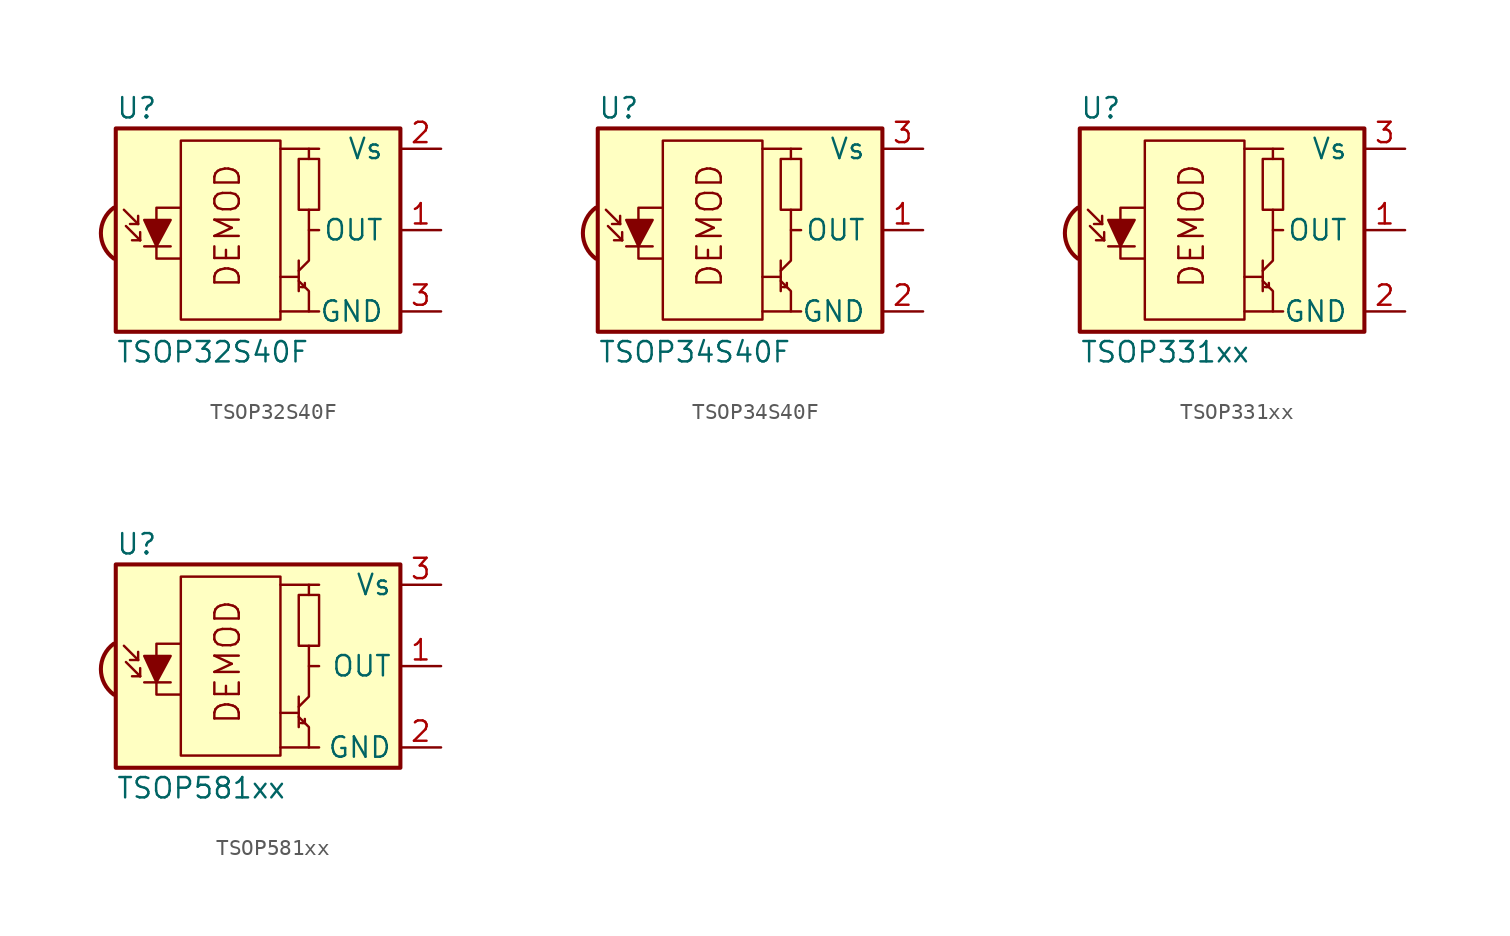
<source format=kicad_sym>
(kicad_symbol_lib
  (version 20211014)
  (generator kicad_symbol_editor)
  (symbol "TSOP32S40F"
    (pin_names
      (offset 1.016))
    (property "Reference" "U"
      (at -10.16 7.62 0)
      (effects (font (size 1.27 1.27)) (justify left)))
    (property "Value" "TSOP32S40F"
      (at -10.16 -7.62 0)
      (effects (font (size 1.27 1.27)) (justify left)))
    (symbol "TSOP32S40F_0_0"
      (arc (start -10.287 1.397) (mid -11.0899 -0.1905) (end -10.287 -1.778) (stroke (width 0.254) (type default) (color 0 0 0 0)) (fill (type background)))
      (polyline (pts (xy 1.905 -5.08) (xy 0.127 -5.08)) (stroke (width 0) (type default) (color 0 0 0 0)) (fill (type none)))
      (polyline (pts (xy 1.905 5.08) (xy 0.127 5.08)) (stroke (width 0) (type default) (color 0 0 0 0)) (fill (type none)))
      (text "DEMOD" (at -3.175 0.254 900) (effects (font (size 1.524 1.524)))))
    (symbol "TSOP32S40F_0_1"
      (rectangle (start -6.096 5.588) (end 0.127 -5.588) (stroke (width 0) (type default) (color 0 0 0 0)) (fill (type none)))
      (polyline (pts (xy -8.763 0.381) (xy -9.652 1.27)) (stroke (width 0) (type default) (color 0 0 0 0)) (fill (type none)))
      (polyline (pts (xy -8.763 0.381) (xy -9.271 0.381)) (stroke (width 0) (type default) (color 0 0 0 0)) (fill (type none)))
      (polyline (pts (xy -8.763 0.381) (xy -8.763 0.889)) (stroke (width 0) (type default) (color 0 0 0 0)) (fill (type none)))
      (polyline (pts (xy -8.636 -0.635) (xy -9.525 0.254)) (stroke (width 0) (type default) (color 0 0 0 0)) (fill (type none)))
      (polyline (pts (xy -8.636 -0.635) (xy -9.144 -0.635)) (stroke (width 0) (type default) (color 0 0 0 0)) (fill (type none)))
      (polyline (pts (xy -8.636 -0.635) (xy -8.636 -0.127)) (stroke (width 0) (type default) (color 0 0 0 0)) (fill (type none)))
      (polyline (pts (xy -8.382 -1.016) (xy -6.731 -1.016)) (stroke (width 0) (type default) (color 0 0 0 0)) (fill (type none)))
      (polyline (pts (xy 1.27 -2.921) (xy 0.127 -2.921)) (stroke (width 0) (type default) (color 0 0 0 0)) (fill (type none)))
      (polyline (pts (xy 1.27 -1.905) (xy 1.27 -3.81)) (stroke (width 0) (type default) (color 0 0 0 0)) (fill (type none)))
      (polyline (pts (xy 1.397 -3.556) (xy 1.524 -3.556)) (stroke (width 0) (type default) (color 0 0 0 0)) (fill (type none)))
      (polyline (pts (xy 1.651 -3.556) (xy 1.524 -3.556)) (stroke (width 0) (type default) (color 0 0 0 0)) (fill (type none)))
      (polyline (pts (xy 1.651 -3.556) (xy 1.651 -3.302)) (stroke (width 0) (type default) (color 0 0 0 0)) (fill (type none)))
      (polyline (pts (xy 1.905 0) (xy 1.905 1.27)) (stroke (width 0) (type default) (color 0 0 0 0)) (fill (type none)))
      (polyline (pts (xy 1.905 4.445) (xy 1.905 5.08) (xy 2.54 5.08)) (stroke (width 0) (type default) (color 0 0 0 0)) (fill (type none)))
      (polyline (pts (xy -8.382 0.635) (xy -6.731 0.635) (xy -7.62 -1.016) (xy -8.382 0.635)) (stroke (width 0) (type default) (color 0 0 0 0)) (fill (type outline)))
      (polyline (pts (xy -6.096 1.397) (xy -7.62 1.397) (xy -7.62 -1.778) (xy -6.096 -1.778)) (stroke (width 0) (type default) (color 0 0 0 0)) (fill (type none)))
      (polyline (pts (xy 1.27 -3.175) (xy 1.905 -3.81) (xy 1.905 -5.08) (xy 2.54 -5.08)) (stroke (width 0) (type default) (color 0 0 0 0)) (fill (type none)))
      (polyline (pts (xy 1.27 -2.54) (xy 1.905 -1.905) (xy 1.905 0) (xy 2.54 0)) (stroke (width 0) (type default) (color 0 0 0 0)) (fill (type none)))
      (rectangle (start 2.54 1.27) (end 1.27 4.445) (stroke (width 0) (type default) (color 0 0 0 0)) (fill (type none)))
      (rectangle (start 7.62 6.35) (end -10.16 -6.35) (stroke (width 0.254) (type default) (color 0 0 0 0)) (fill (type background))))
    (symbol "TSOP32S40F_1_1"
      (pin output line (at 10.16 0 180) (length 2.54) (name "OUT" (effects (font (size 1.27 1.27)))) (number "1" (effects (font (size 1.27 1.27)))))
      (pin power_in line (at 10.16 5.08 180) (length 2.54) (name "Vs" (effects (font (size 1.27 1.27)))) (number "2" (effects (font (size 1.27 1.27)))))
      (pin power_in line (at 10.16 -5.08 180) (length 2.54) (name "GND" (effects (font (size 1.27 1.27)))) (number "3" (effects (font (size 1.27 1.27)))))))
  (symbol "TSOP34S40F"
    (pin_names
      (offset 1.016))
    (property "Reference" "U"
      (at -10.16 7.62 0)
      (effects (font (size 1.27 1.27)) (justify left)))
    (property "Value" "TSOP34S40F"
      (at -10.16 -7.62 0)
      (effects (font (size 1.27 1.27)) (justify left)))
    (symbol "TSOP34S40F_0_0"
      (arc (start -10.287 1.397) (mid -11.0899 -0.1905) (end -10.287 -1.778) (stroke (width 0.254) (type default) (color 0 0 0 0)) (fill (type background)))
      (polyline (pts (xy 1.905 -5.08) (xy 0.127 -5.08)) (stroke (width 0) (type default) (color 0 0 0 0)) (fill (type none)))
      (polyline (pts (xy 1.905 5.08) (xy 0.127 5.08)) (stroke (width 0) (type default) (color 0 0 0 0)) (fill (type none)))
      (text "DEMOD" (at -3.175 0.254 900) (effects (font (size 1.524 1.524)))))
    (symbol "TSOP34S40F_0_1"
      (rectangle (start -6.096 5.588) (end 0.127 -5.588) (stroke (width 0) (type default) (color 0 0 0 0)) (fill (type none)))
      (polyline (pts (xy -8.763 0.381) (xy -9.652 1.27)) (stroke (width 0) (type default) (color 0 0 0 0)) (fill (type none)))
      (polyline (pts (xy -8.763 0.381) (xy -9.271 0.381)) (stroke (width 0) (type default) (color 0 0 0 0)) (fill (type none)))
      (polyline (pts (xy -8.763 0.381) (xy -8.763 0.889)) (stroke (width 0) (type default) (color 0 0 0 0)) (fill (type none)))
      (polyline (pts (xy -8.636 -0.635) (xy -9.525 0.254)) (stroke (width 0) (type default) (color 0 0 0 0)) (fill (type none)))
      (polyline (pts (xy -8.636 -0.635) (xy -9.144 -0.635)) (stroke (width 0) (type default) (color 0 0 0 0)) (fill (type none)))
      (polyline (pts (xy -8.636 -0.635) (xy -8.636 -0.127)) (stroke (width 0) (type default) (color 0 0 0 0)) (fill (type none)))
      (polyline (pts (xy -8.382 -1.016) (xy -6.731 -1.016)) (stroke (width 0) (type default) (color 0 0 0 0)) (fill (type none)))
      (polyline (pts (xy 1.27 -2.921) (xy 0.127 -2.921)) (stroke (width 0) (type default) (color 0 0 0 0)) (fill (type none)))
      (polyline (pts (xy 1.27 -1.905) (xy 1.27 -3.81)) (stroke (width 0) (type default) (color 0 0 0 0)) (fill (type none)))
      (polyline (pts (xy 1.397 -3.556) (xy 1.524 -3.556)) (stroke (width 0) (type default) (color 0 0 0 0)) (fill (type none)))
      (polyline (pts (xy 1.651 -3.556) (xy 1.524 -3.556)) (stroke (width 0) (type default) (color 0 0 0 0)) (fill (type none)))
      (polyline (pts (xy 1.651 -3.556) (xy 1.651 -3.302)) (stroke (width 0) (type default) (color 0 0 0 0)) (fill (type none)))
      (polyline (pts (xy 1.905 0) (xy 1.905 1.27)) (stroke (width 0) (type default) (color 0 0 0 0)) (fill (type none)))
      (polyline (pts (xy 1.905 4.445) (xy 1.905 5.08) (xy 2.54 5.08)) (stroke (width 0) (type default) (color 0 0 0 0)) (fill (type none)))
      (polyline (pts (xy -8.382 0.635) (xy -6.731 0.635) (xy -7.62 -1.016) (xy -8.382 0.635)) (stroke (width 0) (type default) (color 0 0 0 0)) (fill (type outline)))
      (polyline (pts (xy -6.096 1.397) (xy -7.62 1.397) (xy -7.62 -1.778) (xy -6.096 -1.778)) (stroke (width 0) (type default) (color 0 0 0 0)) (fill (type none)))
      (polyline (pts (xy 1.27 -3.175) (xy 1.905 -3.81) (xy 1.905 -5.08) (xy 2.54 -5.08)) (stroke (width 0) (type default) (color 0 0 0 0)) (fill (type none)))
      (polyline (pts (xy 1.27 -2.54) (xy 1.905 -1.905) (xy 1.905 0) (xy 2.54 0)) (stroke (width 0) (type default) (color 0 0 0 0)) (fill (type none)))
      (rectangle (start 2.54 1.27) (end 1.27 4.445) (stroke (width 0) (type default) (color 0 0 0 0)) (fill (type none)))
      (rectangle (start 7.62 6.35) (end -10.16 -6.35) (stroke (width 0.254) (type default) (color 0 0 0 0)) (fill (type background))))
    (symbol "TSOP34S40F_1_1"
      (pin output line (at 10.16 0 180) (length 2.54) (name "OUT" (effects (font (size 1.27 1.27)))) (number "1" (effects (font (size 1.27 1.27)))))
      (pin power_in line (at 10.16 -5.08 180) (length 2.54) (name "GND" (effects (font (size 1.27 1.27)))) (number "2" (effects (font (size 1.27 1.27)))))
      (pin power_in line (at 10.16 5.08 180) (length 2.54) (name "Vs" (effects (font (size 1.27 1.27)))) (number "3" (effects (font (size 1.27 1.27)))))))
  (symbol "TSOP331xx"
    (pin_names
      (offset 1.016))
    (property "Reference" "U"
      (at -10.16 7.62 0)
      (effects (font (size 1.27 1.27)) (justify left)))
    (property "Value" "TSOP331xx"
      (at -10.16 -7.62 0)
      (effects (font (size 1.27 1.27)) (justify left)))
    (symbol "TSOP331xx_0_0"
      (arc (start -10.287 1.397) (mid -11.0899 -0.1905) (end -10.287 -1.778) (stroke (width 0.254) (type default) (color 0 0 0 0)) (fill (type background)))
      (polyline (pts (xy 1.905 -5.08) (xy 0.127 -5.08)) (stroke (width 0) (type default) (color 0 0 0 0)) (fill (type none)))
      (polyline (pts (xy 1.905 5.08) (xy 0.127 5.08)) (stroke (width 0) (type default) (color 0 0 0 0)) (fill (type none)))
      (text "DEMOD" (at -3.175 0.254 900) (effects (font (size 1.524 1.524)))))
    (symbol "TSOP331xx_0_1"
      (rectangle (start -6.096 5.588) (end 0.127 -5.588) (stroke (width 0) (type default) (color 0 0 0 0)) (fill (type none)))
      (polyline (pts (xy -8.763 0.381) (xy -9.652 1.27)) (stroke (width 0) (type default) (color 0 0 0 0)) (fill (type none)))
      (polyline (pts (xy -8.763 0.381) (xy -9.271 0.381)) (stroke (width 0) (type default) (color 0 0 0 0)) (fill (type none)))
      (polyline (pts (xy -8.763 0.381) (xy -8.763 0.889)) (stroke (width 0) (type default) (color 0 0 0 0)) (fill (type none)))
      (polyline (pts (xy -8.636 -0.635) (xy -9.525 0.254)) (stroke (width 0) (type default) (color 0 0 0 0)) (fill (type none)))
      (polyline (pts (xy -8.636 -0.635) (xy -9.144 -0.635)) (stroke (width 0) (type default) (color 0 0 0 0)) (fill (type none)))
      (polyline (pts (xy -8.636 -0.635) (xy -8.636 -0.127)) (stroke (width 0) (type default) (color 0 0 0 0)) (fill (type none)))
      (polyline (pts (xy -8.382 -1.016) (xy -6.731 -1.016)) (stroke (width 0) (type default) (color 0 0 0 0)) (fill (type none)))
      (polyline (pts (xy 1.27 -2.921) (xy 0.127 -2.921)) (stroke (width 0) (type default) (color 0 0 0 0)) (fill (type none)))
      (polyline (pts (xy 1.27 -1.905) (xy 1.27 -3.81)) (stroke (width 0) (type default) (color 0 0 0 0)) (fill (type none)))
      (polyline (pts (xy 1.397 -3.556) (xy 1.524 -3.556)) (stroke (width 0) (type default) (color 0 0 0 0)) (fill (type none)))
      (polyline (pts (xy 1.651 -3.556) (xy 1.524 -3.556)) (stroke (width 0) (type default) (color 0 0 0 0)) (fill (type none)))
      (polyline (pts (xy 1.651 -3.556) (xy 1.651 -3.302)) (stroke (width 0) (type default) (color 0 0 0 0)) (fill (type none)))
      (polyline (pts (xy 1.905 0) (xy 1.905 1.27)) (stroke (width 0) (type default) (color 0 0 0 0)) (fill (type none)))
      (polyline (pts (xy 1.905 4.445) (xy 1.905 5.08) (xy 2.54 5.08)) (stroke (width 0) (type default) (color 0 0 0 0)) (fill (type none)))
      (polyline (pts (xy -8.382 0.635) (xy -6.731 0.635) (xy -7.62 -1.016) (xy -8.382 0.635)) (stroke (width 0) (type default) (color 0 0 0 0)) (fill (type outline)))
      (polyline (pts (xy -6.096 1.397) (xy -7.62 1.397) (xy -7.62 -1.778) (xy -6.096 -1.778)) (stroke (width 0) (type default) (color 0 0 0 0)) (fill (type none)))
      (polyline (pts (xy 1.27 -3.175) (xy 1.905 -3.81) (xy 1.905 -5.08) (xy 2.54 -5.08)) (stroke (width 0) (type default) (color 0 0 0 0)) (fill (type none)))
      (polyline (pts (xy 1.27 -2.54) (xy 1.905 -1.905) (xy 1.905 0) (xy 2.54 0)) (stroke (width 0) (type default) (color 0 0 0 0)) (fill (type none)))
      (rectangle (start 2.54 1.27) (end 1.27 4.445) (stroke (width 0) (type default) (color 0 0 0 0)) (fill (type none)))
      (rectangle (start 7.62 6.35) (end -10.16 -6.35) (stroke (width 0.254) (type default) (color 0 0 0 0)) (fill (type background))))
    (symbol "TSOP331xx_1_1"
      (pin output line (at 10.16 0 180) (length 2.54) (name "OUT" (effects (font (size 1.27 1.27)))) (number "1" (effects (font (size 1.27 1.27)))))
      (pin power_in line (at 10.16 -5.08 180) (length 2.54) (name "GND" (effects (font (size 1.27 1.27)))) (number "2" (effects (font (size 1.27 1.27)))))
      (pin power_in line (at 10.16 5.08 180) (length 2.54) (name "Vs" (effects (font (size 1.27 1.27)))) (number "3" (effects (font (size 1.27 1.27)))))))
  (symbol "TSOP581xx"
    (property "Reference" "U"
      (at -10.16 7.62 0)
      (effects (font (size 1.27 1.27)) (justify left)))
    (property "Value" "TSOP581xx"
      (at -10.16 -7.62 0)
      (effects (font (size 1.27 1.27)) (justify left)))
    (symbol "TSOP581xx_0_0"
      (arc (start -10.287 1.397) (mid -11.0899 -0.1905) (end -10.287 -1.778) (stroke (width 0.254) (type default) (color 0 0 0 0)) (fill (type background)))
      (polyline (pts (xy 1.905 -5.08) (xy 0.127 -5.08)) (stroke (width 0) (type default) (color 0 0 0 0)) (fill (type none)))
      (polyline (pts (xy 1.905 5.08) (xy 0.127 5.08)) (stroke (width 0) (type default) (color 0 0 0 0)) (fill (type none)))
      (text "DEMOD" (at -3.175 0.254 900) (effects (font (size 1.524 1.524)))))
    (symbol "TSOP581xx_0_1"
      (rectangle (start -6.096 5.588) (end 0.127 -5.588) (stroke (width 0) (type default) (color 0 0 0 0)) (fill (type none)))
      (polyline (pts (xy -8.763 0.381) (xy -9.652 1.27)) (stroke (width 0) (type default) (color 0 0 0 0)) (fill (type none)))
      (polyline (pts (xy -8.763 0.381) (xy -9.271 0.381)) (stroke (width 0) (type default) (color 0 0 0 0)) (fill (type none)))
      (polyline (pts (xy -8.763 0.381) (xy -8.763 0.889)) (stroke (width 0) (type default) (color 0 0 0 0)) (fill (type none)))
      (polyline (pts (xy -8.636 -0.635) (xy -9.525 0.254)) (stroke (width 0) (type default) (color 0 0 0 0)) (fill (type none)))
      (polyline (pts (xy -8.636 -0.635) (xy -9.144 -0.635)) (stroke (width 0) (type default) (color 0 0 0 0)) (fill (type none)))
      (polyline (pts (xy -8.636 -0.635) (xy -8.636 -0.127)) (stroke (width 0) (type default) (color 0 0 0 0)) (fill (type none)))
      (polyline (pts (xy -8.382 -1.016) (xy -6.731 -1.016)) (stroke (width 0) (type default) (color 0 0 0 0)) (fill (type none)))
      (polyline (pts (xy 1.27 -2.921) (xy 0.127 -2.921)) (stroke (width 0) (type default) (color 0 0 0 0)) (fill (type none)))
      (polyline (pts (xy 1.27 -1.905) (xy 1.27 -3.81)) (stroke (width 0) (type default) (color 0 0 0 0)) (fill (type none)))
      (polyline (pts (xy 1.397 -3.556) (xy 1.524 -3.556)) (stroke (width 0) (type default) (color 0 0 0 0)) (fill (type none)))
      (polyline (pts (xy 1.651 -3.556) (xy 1.524 -3.556)) (stroke (width 0) (type default) (color 0 0 0 0)) (fill (type none)))
      (polyline (pts (xy 1.651 -3.556) (xy 1.651 -3.302)) (stroke (width 0) (type default) (color 0 0 0 0)) (fill (type none)))
      (polyline (pts (xy 1.905 0) (xy 1.905 1.27)) (stroke (width 0) (type default) (color 0 0 0 0)) (fill (type none)))
      (polyline (pts (xy 1.905 4.445) (xy 1.905 5.08) (xy 2.54 5.08)) (stroke (width 0) (type default) (color 0 0 0 0)) (fill (type none)))
      (polyline (pts (xy -8.382 0.635) (xy -6.731 0.635) (xy -7.62 -1.016) (xy -8.382 0.635)) (stroke (width 0) (type default) (color 0 0 0 0)) (fill (type outline)))
      (polyline (pts (xy -6.096 1.397) (xy -7.62 1.397) (xy -7.62 -1.778) (xy -6.096 -1.778)) (stroke (width 0) (type default) (color 0 0 0 0)) (fill (type none)))
      (polyline (pts (xy 1.27 -3.175) (xy 1.905 -3.81) (xy 1.905 -5.08) (xy 2.54 -5.08)) (stroke (width 0) (type default) (color 0 0 0 0)) (fill (type none)))
      (polyline (pts (xy 1.27 -2.54) (xy 1.905 -1.905) (xy 1.905 0) (xy 2.54 0)) (stroke (width 0) (type default) (color 0 0 0 0)) (fill (type none)))
      (rectangle (start 2.54 1.27) (end 1.27 4.445) (stroke (width 0) (type default) (color 0 0 0 0)) (fill (type none)))
      (rectangle (start 7.62 6.35) (end -10.16 -6.35) (stroke (width 0.254) (type default) (color 0 0 0 0)) (fill (type background))))
    (symbol "TSOP581xx_1_1"
      (pin output line (at 10.16 0 180) (length 2.54) (name "OUT" (effects (font (size 1.27 1.27)))) (number "1" (effects (font (size 1.27 1.27)))))
      (pin power_in line (at 10.16 -5.08 180) (length 2.54) (name "GND" (effects (font (size 1.27 1.27)))) (number "2" (effects (font (size 1.27 1.27)))))
      (pin power_in line (at 10.16 5.08 180) (length 2.54) (name "Vs" (effects (font (size 1.27 1.27)))) (number "3" (effects (font (size 1.27 1.27))))))))
</source>
